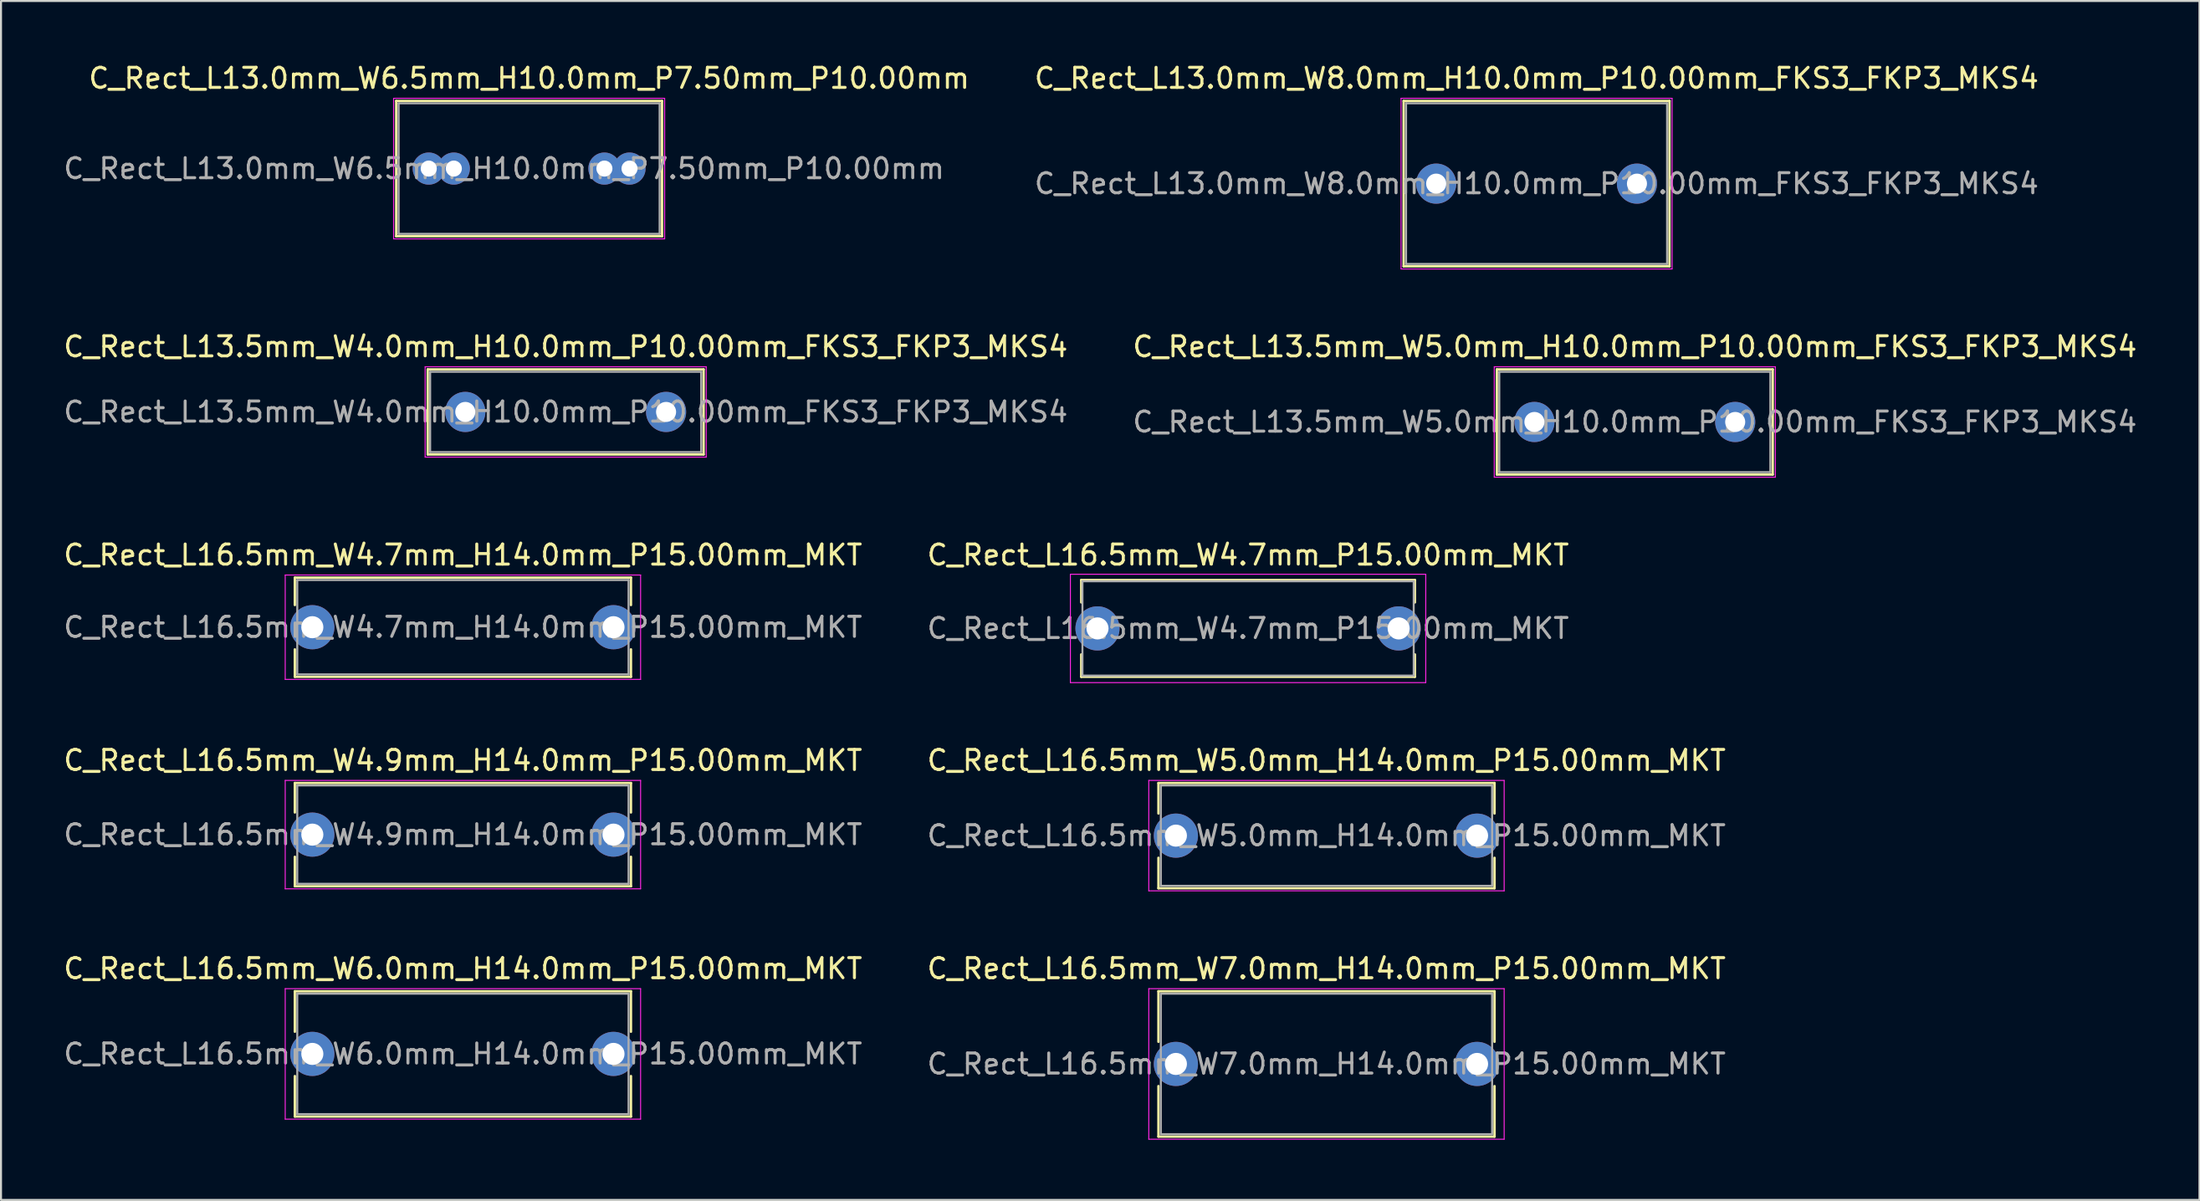
<source format=kicad_pcb>
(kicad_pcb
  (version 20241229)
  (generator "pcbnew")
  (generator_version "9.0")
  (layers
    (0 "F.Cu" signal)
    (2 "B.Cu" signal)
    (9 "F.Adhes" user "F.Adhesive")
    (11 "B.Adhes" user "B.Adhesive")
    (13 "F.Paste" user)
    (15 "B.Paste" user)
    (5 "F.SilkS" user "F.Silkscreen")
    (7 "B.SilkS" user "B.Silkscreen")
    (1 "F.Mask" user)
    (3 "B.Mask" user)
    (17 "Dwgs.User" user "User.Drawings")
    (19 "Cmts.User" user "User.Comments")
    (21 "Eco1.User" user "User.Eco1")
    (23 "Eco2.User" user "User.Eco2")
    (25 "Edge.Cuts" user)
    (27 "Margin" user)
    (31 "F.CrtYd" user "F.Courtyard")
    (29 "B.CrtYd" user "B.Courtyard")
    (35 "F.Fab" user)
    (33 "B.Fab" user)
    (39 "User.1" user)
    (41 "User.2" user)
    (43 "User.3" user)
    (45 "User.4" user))
  (footprint "C_Rect_L13.5mm_W5.0mm_H10.0mm_P10.00mm_FKS3_FKP3_MKS4"
    (layer "F.Cu")
    (at 73.375 17.971)
    (property "Reference" "C_Rect_L13.5mm_W5.0mm_H10.0mm_P10.00mm_FKS3_FKP3_MKS4" (at 5 -3.75 0) (layer "F.SilkS") (effects (font (size 1 1) (thickness 0.15))))
    (attr through_hole)
    (fp_line (start -1.87 -2.62) (end -1.87 2.62) (stroke (width 0.12) (type solid)) (layer "F.SilkS"))
    (fp_line (start -1.87 -2.62) (end 11.87 -2.62) (stroke (width 0.12) (type solid)) (layer "F.SilkS"))
    (fp_line (start -1.87 2.62) (end 11.87 2.62) (stroke (width 0.12) (type solid)) (layer "F.SilkS"))
    (fp_line (start 11.87 -2.62) (end 11.87 2.62) (stroke (width 0.12) (type solid)) (layer "F.SilkS"))
    (fp_line (start -2 -2.75) (end -2 2.75) (stroke (width 0.05) (type solid)) (layer "F.CrtYd"))
    (fp_line (start -2 2.75) (end 12 2.75) (stroke (width 0.05) (type solid)) (layer "F.CrtYd"))
    (fp_line (start 12 -2.75) (end -2 -2.75) (stroke (width 0.05) (type solid)) (layer "F.CrtYd"))
    (fp_line (start 12 2.75) (end 12 -2.75) (stroke (width 0.05) (type solid)) (layer "F.CrtYd"))
    (fp_line (start -1.75 -2.5) (end -1.75 2.5) (stroke (width 0.1) (type solid)) (layer "F.Fab"))
    (fp_line (start -1.75 2.5) (end 11.75 2.5) (stroke (width 0.1) (type solid)) (layer "F.Fab"))
    (fp_line (start 11.75 -2.5) (end -1.75 -2.5) (stroke (width 0.1) (type solid)) (layer "F.Fab"))
    (fp_line (start 11.75 2.5) (end 11.75 -2.5) (stroke (width 0.1) (type solid)) (layer "F.Fab"))
    (fp_text user "${REFERENCE}" (at 5 0 0) (layer "F.Fab") (effects (font (size 1 1) (thickness 0.15))))
    (pad "1" thru_hole circle (at 0 0) (size 2 2) (drill 1) (layers "*.Cu" "*.Mask"))
    (pad "2" thru_hole circle (at 10 0) (size 2 2) (drill 1) (layers "*.Cu" "*.Mask")))
  (footprint "C_Rect_L13.0mm_W8.0mm_H10.0mm_P10.00mm_FKS3_FKP3_MKS4"
    (layer "F.Cu")
    (at 68.482 6.098)
    (property "Reference" "C_Rect_L13.0mm_W8.0mm_H10.0mm_P10.00mm_FKS3_FKP3_MKS4" (at 5 -5.25 0) (layer "F.SilkS") (effects (font (size 1 1) (thickness 0.15))))
    (attr through_hole)
    (fp_line (start -1.62 -4.12) (end -1.62 4.12) (stroke (width 0.12) (type solid)) (layer "F.SilkS"))
    (fp_line (start -1.62 -4.12) (end 11.62 -4.12) (stroke (width 0.12) (type solid)) (layer "F.SilkS"))
    (fp_line (start -1.62 4.12) (end 11.62 4.12) (stroke (width 0.12) (type solid)) (layer "F.SilkS"))
    (fp_line (start 11.62 -4.12) (end 11.62 4.12) (stroke (width 0.12) (type solid)) (layer "F.SilkS"))
    (fp_line (start -1.75 -4.25) (end -1.75 4.25) (stroke (width 0.05) (type solid)) (layer "F.CrtYd"))
    (fp_line (start -1.75 4.25) (end 11.75 4.25) (stroke (width 0.05) (type solid)) (layer "F.CrtYd"))
    (fp_line (start 11.75 -4.25) (end -1.75 -4.25) (stroke (width 0.05) (type solid)) (layer "F.CrtYd"))
    (fp_line (start 11.75 4.25) (end 11.75 -4.25) (stroke (width 0.05) (type solid)) (layer "F.CrtYd"))
    (fp_line (start -1.5 -4) (end -1.5 4) (stroke (width 0.1) (type solid)) (layer "F.Fab"))
    (fp_line (start -1.5 4) (end 11.5 4) (stroke (width 0.1) (type solid)) (layer "F.Fab"))
    (fp_line (start 11.5 -4) (end -1.5 -4) (stroke (width 0.1) (type solid)) (layer "F.Fab"))
    (fp_line (start 11.5 4) (end 11.5 -4) (stroke (width 0.1) (type solid)) (layer "F.Fab"))
    (fp_text user "${REFERENCE}" (at 5 0 0) (layer "F.Fab") (effects (font (size 1 1) (thickness 0.15))))
    (pad "1" thru_hole circle (at 0 0) (size 2 2) (drill 1) (layers "*.Cu" "*.Mask"))
    (pad "2" thru_hole circle (at 10 0) (size 2 2) (drill 1) (layers "*.Cu" "*.Mask")))
  (footprint "C_Rect_L16.5mm_W7.0mm_H14.0mm_P15.00mm_MKT"
    (layer "F.Cu")
    (at 55.518 49.951)
    (property "Reference" "C_Rect_L16.5mm_W7.0mm_H14.0mm_P15.00mm_MKT" (at 7.5 -4.75 0) (layer "F.SilkS") (effects (font (size 1 1) (thickness 0.15))))
    (attr through_hole)
    (fp_line (start -0.87 -3.62) (end -0.87 -1.104) (stroke (width 0.12) (type solid)) (layer "F.SilkS"))
    (fp_line (start -0.87 -3.62) (end 15.87 -3.62) (stroke (width 0.12) (type solid)) (layer "F.SilkS"))
    (fp_line (start -0.87 1.104) (end -0.87 3.62) (stroke (width 0.12) (type solid)) (layer "F.SilkS"))
    (fp_line (start -0.87 3.62) (end 15.87 3.62) (stroke (width 0.12) (type solid)) (layer "F.SilkS"))
    (fp_line (start 15.87 -3.62) (end 15.87 -1.104) (stroke (width 0.12) (type solid)) (layer "F.SilkS"))
    (fp_line (start 15.87 1.104) (end 15.87 3.62) (stroke (width 0.12) (type solid)) (layer "F.SilkS"))
    (fp_line (start -1.35 -3.75) (end -1.35 3.75) (stroke (width 0.05) (type solid)) (layer "F.CrtYd"))
    (fp_line (start -1.35 3.75) (end 16.35 3.75) (stroke (width 0.05) (type solid)) (layer "F.CrtYd"))
    (fp_line (start 16.35 -3.75) (end -1.35 -3.75) (stroke (width 0.05) (type solid)) (layer "F.CrtYd"))
    (fp_line (start 16.35 3.75) (end 16.35 -3.75) (stroke (width 0.05) (type solid)) (layer "F.CrtYd"))
    (fp_line (start -0.75 -3.5) (end -0.75 3.5) (stroke (width 0.1) (type solid)) (layer "F.Fab"))
    (fp_line (start -0.75 3.5) (end 15.75 3.5) (stroke (width 0.1) (type solid)) (layer "F.Fab"))
    (fp_line (start 15.75 -3.5) (end -0.75 -3.5) (stroke (width 0.1) (type solid)) (layer "F.Fab"))
    (fp_line (start 15.75 3.5) (end 15.75 -3.5) (stroke (width 0.1) (type solid)) (layer "F.Fab"))
    (fp_text user "${REFERENCE}" (at 7.5 0 0) (layer "F.Fab") (effects (font (size 1 1) (thickness 0.15))))
    (pad "1" thru_hole circle (at 0 0) (size 2.2 2.2) (drill 1.1) (layers "*.Cu" "*.Mask"))
    (pad "2" thru_hole circle (at 15 0) (size 2.2 2.2) (drill 1.1) (layers "*.Cu" "*.Mask")))
  (footprint "C_Rect_L16.5mm_W4.9mm_H14.0mm_P15.00mm_MKT"
    (layer "F.Cu")
    (at 12.506 38.528)
    (property "Reference" "C_Rect_L16.5mm_W4.9mm_H14.0mm_P15.00mm_MKT" (at 7.5 -3.7 0) (layer "F.SilkS") (effects (font (size 1 1) (thickness 0.15))))
    (attr through_hole)
    (fp_line (start -0.87 -2.571) (end -0.87 -1.104) (stroke (width 0.12) (type solid)) (layer "F.SilkS"))
    (fp_line (start -0.87 -2.571) (end 15.87 -2.571) (stroke (width 0.12) (type solid)) (layer "F.SilkS"))
    (fp_line (start -0.87 1.104) (end -0.87 2.571) (stroke (width 0.12) (type solid)) (layer "F.SilkS"))
    (fp_line (start -0.87 2.571) (end 15.87 2.571) (stroke (width 0.12) (type solid)) (layer "F.SilkS"))
    (fp_line (start 15.87 -2.571) (end 15.87 -1.104) (stroke (width 0.12) (type solid)) (layer "F.SilkS"))
    (fp_line (start 15.87 1.104) (end 15.87 2.571) (stroke (width 0.12) (type solid)) (layer "F.SilkS"))
    (fp_line (start -1.35 -2.7) (end -1.35 2.7) (stroke (width 0.05) (type solid)) (layer "F.CrtYd"))
    (fp_line (start -1.35 2.7) (end 16.35 2.7) (stroke (width 0.05) (type solid)) (layer "F.CrtYd"))
    (fp_line (start 16.35 -2.7) (end -1.35 -2.7) (stroke (width 0.05) (type solid)) (layer "F.CrtYd"))
    (fp_line (start 16.35 2.7) (end 16.35 -2.7) (stroke (width 0.05) (type solid)) (layer "F.CrtYd"))
    (fp_line (start -0.75 -2.45) (end -0.75 2.45) (stroke (width 0.1) (type solid)) (layer "F.Fab"))
    (fp_line (start -0.75 2.45) (end 15.75 2.45) (stroke (width 0.1) (type solid)) (layer "F.Fab"))
    (fp_line (start 15.75 -2.45) (end -0.75 -2.45) (stroke (width 0.1) (type solid)) (layer "F.Fab"))
    (fp_line (start 15.75 2.45) (end 15.75 -2.45) (stroke (width 0.1) (type solid)) (layer "F.Fab"))
    (fp_text user "${REFERENCE}" (at 7.5 0 0) (layer "F.Fab") (effects (font (size 1 1) (thickness 0.15))))
    (pad "1" thru_hole circle (at 0 0) (size 2.2 2.2) (drill 1.1) (layers "*.Cu" "*.Mask"))
    (pad "2" thru_hole circle (at 15 0) (size 2.2 2.2) (drill 1.1) (layers "*.Cu" "*.Mask")))
  (footprint "C_Rect_L13.5mm_W4.0mm_H10.0mm_P10.00mm_FKS3_FKP3_MKS4"
    (layer "F.Cu")
    (at 20.125 17.471)
    (property "Reference" "C_Rect_L13.5mm_W4.0mm_H10.0mm_P10.00mm_FKS3_FKP3_MKS4" (at 5 -3.25 0) (layer "F.SilkS") (effects (font (size 1 1) (thickness 0.15))))
    (attr through_hole)
    (fp_line (start -1.87 -2.12) (end -1.87 2.12) (stroke (width 0.12) (type solid)) (layer "F.SilkS"))
    (fp_line (start -1.87 -2.12) (end 11.87 -2.12) (stroke (width 0.12) (type solid)) (layer "F.SilkS"))
    (fp_line (start -1.87 2.12) (end 11.87 2.12) (stroke (width 0.12) (type solid)) (layer "F.SilkS"))
    (fp_line (start 11.87 -2.12) (end 11.87 2.12) (stroke (width 0.12) (type solid)) (layer "F.SilkS"))
    (fp_line (start -2 -2.25) (end -2 2.25) (stroke (width 0.05) (type solid)) (layer "F.CrtYd"))
    (fp_line (start -2 2.25) (end 12 2.25) (stroke (width 0.05) (type solid)) (layer "F.CrtYd"))
    (fp_line (start 12 -2.25) (end -2 -2.25) (stroke (width 0.05) (type solid)) (layer "F.CrtYd"))
    (fp_line (start 12 2.25) (end 12 -2.25) (stroke (width 0.05) (type solid)) (layer "F.CrtYd"))
    (fp_line (start -1.75 -2) (end -1.75 2) (stroke (width 0.1) (type solid)) (layer "F.Fab"))
    (fp_line (start -1.75 2) (end 11.75 2) (stroke (width 0.1) (type solid)) (layer "F.Fab"))
    (fp_line (start 11.75 -2) (end -1.75 -2) (stroke (width 0.1) (type solid)) (layer "F.Fab"))
    (fp_line (start 11.75 2) (end 11.75 -2) (stroke (width 0.1) (type solid)) (layer "F.Fab"))
    (fp_text user "${REFERENCE}" (at 5 0 0) (layer "F.Fab") (effects (font (size 1 1) (thickness 0.15))))
    (pad "1" thru_hole circle (at 0 0) (size 2 2) (drill 1) (layers "*.Cu" "*.Mask"))
    (pad "2" thru_hole circle (at 10 0) (size 2 2) (drill 1) (layers "*.Cu" "*.Mask")))
  (footprint "C_Rect_L13.0mm_W6.5mm_H10.0mm_P7.50mm_P10.00mm"
    (layer "F.Cu")
    (at 18.304 5.348)
    (property "Reference" "C_Rect_L13.0mm_W6.5mm_H10.0mm_P7.50mm_P10.00mm" (at 5 -4.5 0) (layer "F.SilkS") (effects (font (size 1 1) (thickness 0.15))))
    (attr through_hole)
    (fp_line (start -1.62 -3.37) (end -1.62 3.37) (stroke (width 0.12) (type solid)) (layer "F.SilkS"))
    (fp_line (start -1.62 -3.37) (end 11.62 -3.37) (stroke (width 0.12) (type solid)) (layer "F.SilkS"))
    (fp_line (start -1.62 3.37) (end 11.62 3.37) (stroke (width 0.12) (type solid)) (layer "F.SilkS"))
    (fp_line (start 11.62 -3.37) (end 11.62 3.37) (stroke (width 0.12) (type solid)) (layer "F.SilkS"))
    (fp_line (start -1.75 -3.5) (end -1.75 3.5) (stroke (width 0.05) (type solid)) (layer "F.CrtYd"))
    (fp_line (start -1.75 3.5) (end 11.75 3.5) (stroke (width 0.05) (type solid)) (layer "F.CrtYd"))
    (fp_line (start 11.75 -3.5) (end -1.75 -3.5) (stroke (width 0.05) (type solid)) (layer "F.CrtYd"))
    (fp_line (start 11.75 3.5) (end 11.75 -3.5) (stroke (width 0.05) (type solid)) (layer "F.CrtYd"))
    (fp_line (start -1.5 -3.25) (end -1.5 3.25) (stroke (width 0.1) (type solid)) (layer "F.Fab"))
    (fp_line (start -1.5 3.25) (end 11.5 3.25) (stroke (width 0.1) (type solid)) (layer "F.Fab"))
    (fp_line (start 11.5 -3.25) (end -1.5 -3.25) (stroke (width 0.1) (type solid)) (layer "F.Fab"))
    (fp_line (start 11.5 3.25) (end 11.5 -3.25) (stroke (width 0.1) (type solid)) (layer "F.Fab"))
    (fp_text user "${REFERENCE}" (at 3.75 0 0) (layer "F.Fab") (effects (font (size 1 1) (thickness 0.15))))
    (pad "1" thru_hole circle (at 0 0) (size 1.6 1.6) (drill 0.8) (layers "*.Cu" "*.Mask"))
    (pad "1" thru_hole circle (at 1.25 0) (size 1.6 1.6) (drill 0.8) (layers "*.Cu" "*.Mask"))
    (pad "2" thru_hole circle (at 8.75 0) (size 1.6 1.6) (drill 0.8) (layers "*.Cu" "*.Mask"))
    (pad "2" thru_hole circle (at 10 0) (size 1.6 1.6) (drill 0.8) (layers "*.Cu" "*.Mask")))
  (footprint "C_Rect_L16.5mm_W4.7mm_P15.00mm_MKT"
    (layer "F.Cu")
    (at 51.613 28.255)
    (property "Reference" "C_Rect_L16.5mm_W4.7mm_P15.00mm_MKT" (at 7.5 -3.66 0) (layer "F.SilkS") (effects (font (size 1 1) (thickness 0.15))))
    (attr through_hole)
    (fp_line (start -0.81 -2.41) (end -0.81 -1.296) (stroke (width 0.12) (type solid)) (layer "F.SilkS"))
    (fp_line (start -0.81 -2.41) (end 15.81 -2.41) (stroke (width 0.12) (type solid)) (layer "F.SilkS"))
    (fp_line (start -0.81 1.296) (end -0.81 2.41) (stroke (width 0.12) (type solid)) (layer "F.SilkS"))
    (fp_line (start -0.81 2.41) (end 15.81 2.41) (stroke (width 0.12) (type solid)) (layer "F.SilkS"))
    (fp_line (start 15.81 -2.41) (end 15.81 -1.296) (stroke (width 0.12) (type solid)) (layer "F.SilkS"))
    (fp_line (start 15.81 1.296) (end 15.81 2.41) (stroke (width 0.12) (type solid)) (layer "F.SilkS"))
    (fp_line (start -1.35 -2.7) (end -1.35 2.7) (stroke (width 0.05) (type solid)) (layer "F.CrtYd"))
    (fp_line (start -1.35 2.7) (end 16.35 2.7) (stroke (width 0.05) (type solid)) (layer "F.CrtYd"))
    (fp_line (start 16.35 -2.7) (end -1.35 -2.7) (stroke (width 0.05) (type solid)) (layer "F.CrtYd"))
    (fp_line (start 16.35 2.7) (end 16.35 -2.7) (stroke (width 0.05) (type solid)) (layer "F.CrtYd"))
    (fp_line (start -0.75 -2.35) (end -0.75 2.35) (stroke (width 0.1) (type solid)) (layer "F.Fab"))
    (fp_line (start -0.75 2.35) (end 15.75 2.35) (stroke (width 0.1) (type solid)) (layer "F.Fab"))
    (fp_line (start 15.75 -2.35) (end -0.75 -2.35) (stroke (width 0.1) (type solid)) (layer "F.Fab"))
    (fp_line (start 15.75 2.35) (end 15.75 -2.35) (stroke (width 0.1) (type solid)) (layer "F.Fab"))
    (fp_text user "${REFERENCE}" (at 7.5 0 0) (layer "F.Fab") (effects (font (size 1 1) (thickness 0.15))))
    (pad "1" thru_hole circle (at 0 0) (size 2.2 2.2) (drill 1.1) (layers "*.Cu" "*.Mask"))
    (pad "2" thru_hole circle (at 15 0) (size 2.2 2.2) (drill 1.1) (layers "*.Cu" "*.Mask")))
  (footprint "C_Rect_L16.5mm_W6.0mm_H14.0mm_P15.00mm_MKT"
    (layer "F.Cu")
    (at 12.506 49.451)
    (property "Reference" "C_Rect_L16.5mm_W6.0mm_H14.0mm_P15.00mm_MKT" (at 7.5 -4.25 0) (layer "F.SilkS") (effects (font (size 1 1) (thickness 0.15))))
    (attr through_hole)
    (fp_line (start -0.87 -3.12) (end -0.87 -1.104) (stroke (width 0.12) (type solid)) (layer "F.SilkS"))
    (fp_line (start -0.87 -3.12) (end 15.87 -3.12) (stroke (width 0.12) (type solid)) (layer "F.SilkS"))
    (fp_line (start -0.87 1.104) (end -0.87 3.12) (stroke (width 0.12) (type solid)) (layer "F.SilkS"))
    (fp_line (start -0.87 3.12) (end 15.87 3.12) (stroke (width 0.12) (type solid)) (layer "F.SilkS"))
    (fp_line (start 15.87 -3.12) (end 15.87 -1.104) (stroke (width 0.12) (type solid)) (layer "F.SilkS"))
    (fp_line (start 15.87 1.104) (end 15.87 3.12) (stroke (width 0.12) (type solid)) (layer "F.SilkS"))
    (fp_line (start -1.35 -3.25) (end -1.35 3.25) (stroke (width 0.05) (type solid)) (layer "F.CrtYd"))
    (fp_line (start -1.35 3.25) (end 16.35 3.25) (stroke (width 0.05) (type solid)) (layer "F.CrtYd"))
    (fp_line (start 16.35 -3.25) (end -1.35 -3.25) (stroke (width 0.05) (type solid)) (layer "F.CrtYd"))
    (fp_line (start 16.35 3.25) (end 16.35 -3.25) (stroke (width 0.05) (type solid)) (layer "F.CrtYd"))
    (fp_line (start -0.75 -3) (end -0.75 3) (stroke (width 0.1) (type solid)) (layer "F.Fab"))
    (fp_line (start -0.75 3) (end 15.75 3) (stroke (width 0.1) (type solid)) (layer "F.Fab"))
    (fp_line (start 15.75 -3) (end -0.75 -3) (stroke (width 0.1) (type solid)) (layer "F.Fab"))
    (fp_line (start 15.75 3) (end 15.75 -3) (stroke (width 0.1) (type solid)) (layer "F.Fab"))
    (fp_text user "${REFERENCE}" (at 7.5 0 0) (layer "F.Fab") (effects (font (size 1 1) (thickness 0.15))))
    (pad "1" thru_hole circle (at 0 0) (size 2.2 2.2) (drill 1.1) (layers "*.Cu" "*.Mask"))
    (pad "2" thru_hole circle (at 15 0) (size 2.2 2.2) (drill 1.1) (layers "*.Cu" "*.Mask")))
  (footprint "C_Rect_L16.5mm_W5.0mm_H14.0mm_P15.00mm_MKT"
    (layer "F.Cu")
    (at 55.518 38.578)
    (property "Reference" "C_Rect_L16.5mm_W5.0mm_H14.0mm_P15.00mm_MKT" (at 7.5 -3.75 0) (layer "F.SilkS") (effects (font (size 1 1) (thickness 0.15))))
    (attr through_hole)
    (fp_line (start -0.87 -2.62) (end -0.87 -1.104) (stroke (width 0.12) (type solid)) (layer "F.SilkS"))
    (fp_line (start -0.87 -2.62) (end 15.87 -2.62) (stroke (width 0.12) (type solid)) (layer "F.SilkS"))
    (fp_line (start -0.87 1.104) (end -0.87 2.62) (stroke (width 0.12) (type solid)) (layer "F.SilkS"))
    (fp_line (start -0.87 2.62) (end 15.87 2.62) (stroke (width 0.12) (type solid)) (layer "F.SilkS"))
    (fp_line (start 15.87 -2.62) (end 15.87 -1.104) (stroke (width 0.12) (type solid)) (layer "F.SilkS"))
    (fp_line (start 15.87 1.104) (end 15.87 2.62) (stroke (width 0.12) (type solid)) (layer "F.SilkS"))
    (fp_line (start -1.35 -2.75) (end -1.35 2.75) (stroke (width 0.05) (type solid)) (layer "F.CrtYd"))
    (fp_line (start -1.35 2.75) (end 16.35 2.75) (stroke (width 0.05) (type solid)) (layer "F.CrtYd"))
    (fp_line (start 16.35 -2.75) (end -1.35 -2.75) (stroke (width 0.05) (type solid)) (layer "F.CrtYd"))
    (fp_line (start 16.35 2.75) (end 16.35 -2.75) (stroke (width 0.05) (type solid)) (layer "F.CrtYd"))
    (fp_line (start -0.75 -2.5) (end -0.75 2.5) (stroke (width 0.1) (type solid)) (layer "F.Fab"))
    (fp_line (start -0.75 2.5) (end 15.75 2.5) (stroke (width 0.1) (type solid)) (layer "F.Fab"))
    (fp_line (start 15.75 -2.5) (end -0.75 -2.5) (stroke (width 0.1) (type solid)) (layer "F.Fab"))
    (fp_line (start 15.75 2.5) (end 15.75 -2.5) (stroke (width 0.1) (type solid)) (layer "F.Fab"))
    (fp_text user "${REFERENCE}" (at 7.5 0 0) (layer "F.Fab") (effects (font (size 1 1) (thickness 0.15))))
    (pad "1" thru_hole circle (at 0 0) (size 2.2 2.2) (drill 1.1) (layers "*.Cu" "*.Mask"))
    (pad "2" thru_hole circle (at 15 0) (size 2.2 2.2) (drill 1.1) (layers "*.Cu" "*.Mask")))
  (footprint "C_Rect_L16.5mm_W4.7mm_H14.0mm_P15.00mm_MKT"
    (layer "F.Cu")
    (at 12.506 28.195)
    (property "Reference" "C_Rect_L16.5mm_W4.7mm_H14.0mm_P15.00mm_MKT" (at 7.5 -3.6 0) (layer "F.SilkS") (effects (font (size 1 1) (thickness 0.15))))
    (attr through_hole)
    (fp_line (start -0.87 -2.47) (end -0.87 -1.104) (stroke (width 0.12) (type solid)) (layer "F.SilkS"))
    (fp_line (start -0.87 -2.47) (end 15.87 -2.47) (stroke (width 0.12) (type solid)) (layer "F.SilkS"))
    (fp_line (start -0.87 1.104) (end -0.87 2.47) (stroke (width 0.12) (type solid)) (layer "F.SilkS"))
    (fp_line (start -0.87 2.47) (end 15.87 2.47) (stroke (width 0.12) (type solid)) (layer "F.SilkS"))
    (fp_line (start 15.87 -2.47) (end 15.87 -1.104) (stroke (width 0.12) (type solid)) (layer "F.SilkS"))
    (fp_line (start 15.87 1.104) (end 15.87 2.47) (stroke (width 0.12) (type solid)) (layer "F.SilkS"))
    (fp_line (start -1.35 -2.6) (end -1.35 2.6) (stroke (width 0.05) (type solid)) (layer "F.CrtYd"))
    (fp_line (start -1.35 2.6) (end 16.35 2.6) (stroke (width 0.05) (type solid)) (layer "F.CrtYd"))
    (fp_line (start 16.35 -2.6) (end -1.35 -2.6) (stroke (width 0.05) (type solid)) (layer "F.CrtYd"))
    (fp_line (start 16.35 2.6) (end 16.35 -2.6) (stroke (width 0.05) (type solid)) (layer "F.CrtYd"))
    (fp_line (start -0.75 -2.35) (end -0.75 2.35) (stroke (width 0.1) (type solid)) (layer "F.Fab"))
    (fp_line (start -0.75 2.35) (end 15.75 2.35) (stroke (width 0.1) (type solid)) (layer "F.Fab"))
    (fp_line (start 15.75 -2.35) (end -0.75 -2.35) (stroke (width 0.1) (type solid)) (layer "F.Fab"))
    (fp_line (start 15.75 2.35) (end 15.75 -2.35) (stroke (width 0.1) (type solid)) (layer "F.Fab"))
    (fp_text user "${REFERENCE}" (at 7.5 0 0) (layer "F.Fab") (effects (font (size 1 1) (thickness 0.15))))
    (pad "1" thru_hole circle (at 0 0) (size 2.2 2.2) (drill 1.1) (layers "*.Cu" "*.Mask"))
    (pad "2" thru_hole circle (at 15 0) (size 2.2 2.2) (drill 1.1) (layers "*.Cu" "*.Mask")))
  (gr_rect
    (start -3 -3)
    (end 106.5 56.726)
    (stroke (width 0.1) (type default))
    (fill no)
    (layer "Edge.Cuts")))
</source>
